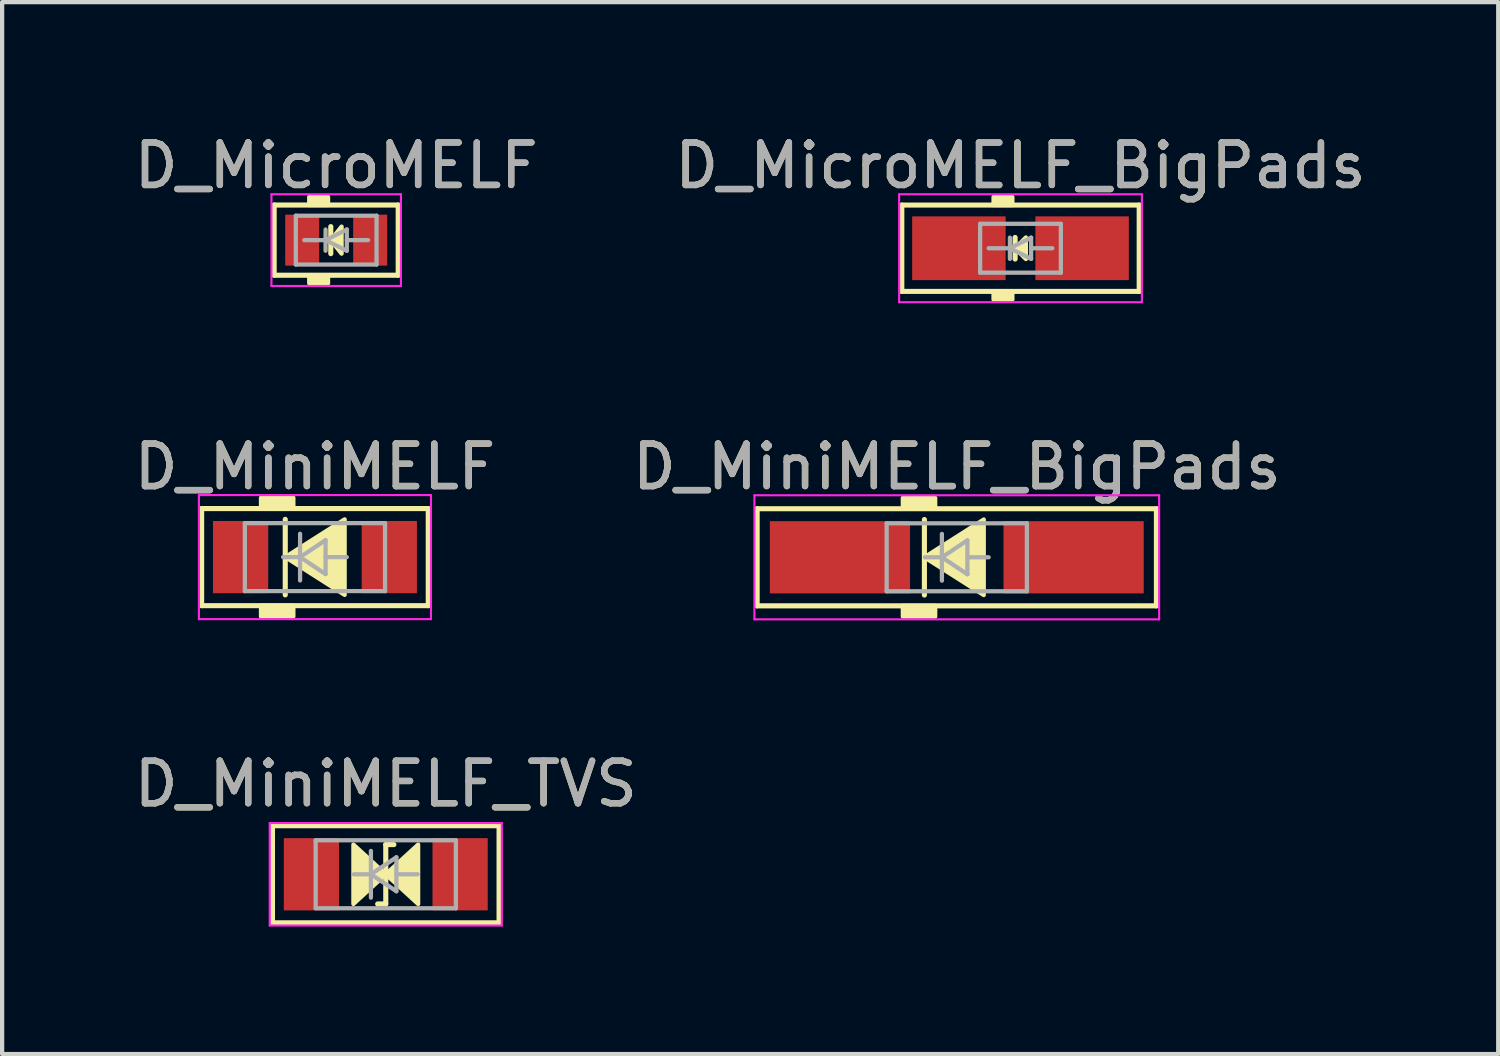
<source format=kicad_pcb>
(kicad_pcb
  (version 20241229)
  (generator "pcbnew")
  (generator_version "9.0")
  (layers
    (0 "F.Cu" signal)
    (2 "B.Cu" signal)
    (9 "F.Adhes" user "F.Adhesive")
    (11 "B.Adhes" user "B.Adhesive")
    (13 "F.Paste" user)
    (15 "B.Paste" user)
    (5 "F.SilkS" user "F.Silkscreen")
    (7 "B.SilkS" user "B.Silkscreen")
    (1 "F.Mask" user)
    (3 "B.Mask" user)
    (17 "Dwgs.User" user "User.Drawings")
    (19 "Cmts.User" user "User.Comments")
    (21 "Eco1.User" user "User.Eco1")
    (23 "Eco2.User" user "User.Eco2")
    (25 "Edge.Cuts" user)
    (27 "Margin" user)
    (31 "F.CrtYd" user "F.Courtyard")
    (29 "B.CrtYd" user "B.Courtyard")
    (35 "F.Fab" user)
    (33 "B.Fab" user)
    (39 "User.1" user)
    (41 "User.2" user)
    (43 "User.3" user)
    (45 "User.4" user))
  (footprint "D_MicroMELF"
    (layer "F.Cu")
    (at 4.863 2.602)
    (property "Reference" "D_MicroMELF" (at 0 -1.754 0) (layer "F.SilkS") (effects (font (size 1 1) (thickness 0.15))))
    (attr smd)
    (fp_line (start -1.46 -0.826) (end 1.46 -0.826) (stroke (width 0.12) (type solid)) (layer "F.SilkS"))
    (fp_line (start -1.46 0.826) (end -1.46 -0.826) (stroke (width 0.12) (type solid)) (layer "F.SilkS"))
    (fp_line (start -0.127 -0.318) (end -0.127 0.318) (stroke (width 0.12) (type solid)) (layer "F.SilkS"))
    (fp_line (start 1.46 -0.826) (end 1.46 0.826) (stroke (width 0.12) (type solid)) (layer "F.SilkS"))
    (fp_line (start 1.46 0.826) (end -1.46 0.826) (stroke (width 0.12) (type solid)) (layer "F.SilkS"))
    (fp_poly (pts (xy 0.127 0.318) (xy -0.127 0) (xy 0.127 -0.318)) (stroke (width 0.1) (type solid)) (fill yes) (layer "F.SilkS"))
    (fp_poly (pts (xy -0.191 -0.826) (xy -0.635 -0.826) (xy -0.635 -1.016) (xy -0.191 -1.016)) (stroke (width 0.1) (type solid)) (fill yes) (layer "F.SilkS"))
    (fp_poly (pts (xy -0.191 1.016) (xy -0.635 1.016) (xy -0.635 0.826) (xy -0.191 0.826)) (stroke (width 0.1) (type solid)) (fill yes) (layer "F.SilkS"))
    (fp_line (start -1.524 -1.079) (end -1.524 1.079) (stroke (width 0.05) (type solid)) (layer "F.CrtYd"))
    (fp_line (start -1.524 -1.079) (end 1.524 -1.079) (stroke (width 0.05) (type solid)) (layer "F.CrtYd"))
    (fp_line (start 1.524 1.079) (end -1.524 1.079) (stroke (width 0.05) (type solid)) (layer "F.CrtYd"))
    (fp_line (start 1.524 1.079) (end 1.524 -1.079) (stroke (width 0.05) (type solid)) (layer "F.CrtYd"))
    (fp_line (start -0.95 -0.575) (end 0.95 -0.575) (stroke (width 0.1) (type solid)) (layer "F.Fab"))
    (fp_line (start -0.95 0.575) (end -0.95 -0.575) (stroke (width 0.1) (type solid)) (layer "F.Fab"))
    (fp_line (start -0.25 -0.25) (end -0.25 0.25) (stroke (width 0.1) (type solid)) (layer "F.Fab"))
    (fp_line (start -0.25 0) (end -0.75 0) (stroke (width 0.1) (type solid)) (layer "F.Fab"))
    (fp_line (start -0.25 0) (end 0.25 -0.25) (stroke (width 0.1) (type solid)) (layer "F.Fab"))
    (fp_line (start 0.25 -0.25) (end 0.25 0.25) (stroke (width 0.1) (type solid)) (layer "F.Fab"))
    (fp_line (start 0.25 0) (end 0.75 0) (stroke (width 0.1) (type solid)) (layer "F.Fab"))
    (fp_line (start 0.25 0.25) (end -0.25 0) (stroke (width 0.1) (type solid)) (layer "F.Fab"))
    (fp_line (start 0.95 -0.575) (end 0.95 0.575) (stroke (width 0.1) (type solid)) (layer "F.Fab"))
    (fp_line (start 0.95 0.575) (end -0.95 0.575) (stroke (width 0.1) (type solid)) (layer "F.Fab"))
    (fp_text user "${REFERENCE}" (at 0 -1.754 0) (layer "F.Fab") (effects (font (size 1 1) (thickness 0.15))))
    (pad "1" smd rect (at -0.8 0) (size 0.8 1.2) (layers "F.Cu" "F.Mask" "F.Paste"))
    (pad "2" smd rect (at 0.8 0) (size 0.8 1.2) (layers "F.Cu" "F.Mask" "F.Paste")))
  (footprint "D_MiniMELF_BigPads"
    (layer "F.Cu")
    (at 19.47 10.067)
    (property "Reference" "D_MiniMELF_BigPads" (at 0 -2.131 0) (layer "F.SilkS") (effects (font (size 1 1) (thickness 0.15))))
    (attr smd)
    (fp_line (start -4.699 -1.143) (end -4.699 1.143) (stroke (width 0.12) (type solid)) (layer "F.SilkS"))
    (fp_line (start -4.699 1.143) (end 4.699 1.143) (stroke (width 0.12) (type solid)) (layer "F.SilkS"))
    (fp_line (start -0.762 -0.889) (end -0.762 0.889) (stroke (width 0.12) (type solid)) (layer "F.SilkS"))
    (fp_line (start 4.699 -1.143) (end -4.699 -1.143) (stroke (width 0.12) (type solid)) (layer "F.SilkS"))
    (fp_line (start 4.699 1.143) (end 4.699 -1.143) (stroke (width 0.12) (type solid)) (layer "F.SilkS"))
    (fp_poly (pts (xy 0.635 0.889) (xy -0.762 0) (xy 0.635 -0.889)) (stroke (width 0.1) (type solid)) (fill yes) (layer "F.SilkS"))
    (fp_poly (pts (xy -0.508 -1.143) (xy -1.27 -1.143) (xy -1.27 -1.397) (xy -0.508 -1.397)) (stroke (width 0.1) (type solid)) (fill yes) (layer "F.SilkS"))
    (fp_poly (pts (xy -0.508 1.397) (xy -1.27 1.397) (xy -1.27 1.143) (xy -0.508 1.143)) (stroke (width 0.1) (type solid)) (fill yes) (layer "F.SilkS"))
    (fp_line (start -4.763 -1.46) (end 4.763 -1.46) (stroke (width 0.05) (type solid)) (layer "F.CrtYd"))
    (fp_line (start -4.763 1.46) (end -4.763 -1.46) (stroke (width 0.05) (type solid)) (layer "F.CrtYd"))
    (fp_line (start 4.763 -1.46) (end 4.763 1.46) (stroke (width 0.05) (type solid)) (layer "F.CrtYd"))
    (fp_line (start 4.763 1.46) (end -4.763 1.46) (stroke (width 0.05) (type solid)) (layer "F.CrtYd"))
    (fp_line (start -1.65 -0.8) (end 1.65 -0.8) (stroke (width 0.1) (type solid)) (layer "F.Fab"))
    (fp_line (start -1.65 0.8) (end -1.65 -0.8) (stroke (width 0.1) (type solid)) (layer "F.Fab"))
    (fp_line (start -0.75 0) (end -0.35 0) (stroke (width 0.1) (type solid)) (layer "F.Fab"))
    (fp_line (start -0.35 0) (end -0.35 -0.55) (stroke (width 0.1) (type solid)) (layer "F.Fab"))
    (fp_line (start -0.35 0) (end -0.35 0.55) (stroke (width 0.1) (type solid)) (layer "F.Fab"))
    (fp_line (start -0.35 0) (end 0.25 -0.4) (stroke (width 0.1) (type solid)) (layer "F.Fab"))
    (fp_line (start 0.25 -0.4) (end 0.25 0.4) (stroke (width 0.1) (type solid)) (layer "F.Fab"))
    (fp_line (start 0.25 0) (end 0.75 0) (stroke (width 0.1) (type solid)) (layer "F.Fab"))
    (fp_line (start 0.25 0.4) (end -0.35 0) (stroke (width 0.1) (type solid)) (layer "F.Fab"))
    (fp_line (start 1.65 -0.8) (end 1.65 0.8) (stroke (width 0.1) (type solid)) (layer "F.Fab"))
    (fp_line (start 1.65 0.8) (end -1.65 0.8) (stroke (width 0.1) (type solid)) (layer "F.Fab"))
    (fp_text user "${REFERENCE}" (at 0 -2.131 0) (layer "F.Fab") (effects (font (size 1 1) (thickness 0.15))))
    (pad "1" smd rect (at -2.75 0) (size 3.3 1.7) (layers "F.Cu" "F.Mask" "F.Paste"))
    (pad "2" smd rect (at 2.75 0) (size 3.3 1.7) (layers "F.Cu" "F.Mask" "F.Paste")))
  (footprint "D_MiniMELF_TVS"
    (layer "F.Cu")
    (at 6.03 17.528)
    (property "Reference" "D_MiniMELF_TVS" (at 0 -2.127 0) (layer "F.SilkS") (effects (font (size 1 1) (thickness 0.15))))
    (attr smd)
    (fp_line (start -2.667 -1.143) (end -2.667 1.143) (stroke (width 0.12) (type solid)) (layer "F.SilkS"))
    (fp_line (start -2.667 1.143) (end 2.667 1.143) (stroke (width 0.12) (type solid)) (layer "F.SilkS"))
    (fp_line (start -0.191 0.699) (end 0 0.699) (stroke (width 0.12) (type solid)) (layer "F.SilkS"))
    (fp_line (start 0 -0.699) (end 0 0.699) (stroke (width 0.12) (type solid)) (layer "F.SilkS"))
    (fp_line (start 0 -0.699) (end 0.191 -0.699) (stroke (width 0.12) (type solid)) (layer "F.SilkS"))
    (fp_line (start 2.667 -1.143) (end -2.667 -1.143) (stroke (width 0.12) (type solid)) (layer "F.SilkS"))
    (fp_line (start 2.667 1.143) (end 2.667 -1.143) (stroke (width 0.12) (type solid)) (layer "F.SilkS"))
    (fp_poly (pts (xy 0 0) (xy -0.762 0.699) (xy -0.762 -0.699)) (stroke (width 0.1) (type solid)) (fill yes) (layer "F.SilkS"))
    (fp_poly (pts (xy 0 0) (xy 0.762 -0.699) (xy 0.762 0.699)) (stroke (width 0.1) (type solid)) (fill yes) (layer "F.SilkS"))
    (fp_line (start -2.731 -1.206) (end 2.731 -1.206) (stroke (width 0.05) (type solid)) (layer "F.CrtYd"))
    (fp_line (start -2.731 1.206) (end -2.731 -1.206) (stroke (width 0.05) (type solid)) (layer "F.CrtYd"))
    (fp_line (start 2.731 -1.206) (end 2.731 1.206) (stroke (width 0.05) (type solid)) (layer "F.CrtYd"))
    (fp_line (start 2.731 1.206) (end -2.731 1.206) (stroke (width 0.05) (type solid)) (layer "F.CrtYd"))
    (fp_line (start -1.65 -0.8) (end 1.65 -0.8) (stroke (width 0.1) (type solid)) (layer "F.Fab"))
    (fp_line (start -1.65 0.8) (end -1.65 -0.8) (stroke (width 0.1) (type solid)) (layer "F.Fab"))
    (fp_line (start -0.75 0) (end -0.35 0) (stroke (width 0.1) (type solid)) (layer "F.Fab"))
    (fp_line (start -0.35 0) (end -0.35 -0.55) (stroke (width 0.1) (type solid)) (layer "F.Fab"))
    (fp_line (start -0.35 0) (end -0.35 0.55) (stroke (width 0.1) (type solid)) (layer "F.Fab"))
    (fp_line (start -0.35 0) (end 0.25 -0.4) (stroke (width 0.1) (type solid)) (layer "F.Fab"))
    (fp_line (start 0.25 -0.4) (end 0.25 0.4) (stroke (width 0.1) (type solid)) (layer "F.Fab"))
    (fp_line (start 0.25 0) (end 0.75 0) (stroke (width 0.1) (type solid)) (layer "F.Fab"))
    (fp_line (start 0.25 0.4) (end -0.35 0) (stroke (width 0.1) (type solid)) (layer "F.Fab"))
    (fp_line (start 1.65 -0.8) (end 1.65 0.8) (stroke (width 0.1) (type solid)) (layer "F.Fab"))
    (fp_line (start 1.65 0.8) (end -1.65 0.8) (stroke (width 0.1) (type solid)) (layer "F.Fab"))
    (fp_text user "${REFERENCE}" (at 0 -2.127 0) (layer "F.Fab") (effects (font (size 1 1) (thickness 0.15))))
    (pad "1" smd rect (at -1.75 0) (size 1.3 1.7) (layers "F.Cu" "F.Mask" "F.Paste"))
    (pad "2" smd rect (at 1.75 0) (size 1.3 1.7) (layers "F.Cu" "F.Mask" "F.Paste")))
  (footprint "D_MiniMELF"
    (layer "F.Cu")
    (at 4.363 10.063)
    (property "Reference" "D_MiniMELF" (at 0 -2.127 0) (layer "F.SilkS") (effects (font (size 1 1) (thickness 0.15))))
    (attr smd)
    (fp_line (start -2.667 -1.143) (end -2.667 1.143) (stroke (width 0.12) (type solid)) (layer "F.SilkS"))
    (fp_line (start -2.667 1.143) (end 2.667 1.143) (stroke (width 0.12) (type solid)) (layer "F.SilkS"))
    (fp_line (start -0.699 -0.889) (end -0.699 0.889) (stroke (width 0.12) (type solid)) (layer "F.SilkS"))
    (fp_line (start 2.667 -1.143) (end -2.667 -1.143) (stroke (width 0.12) (type solid)) (layer "F.SilkS"))
    (fp_line (start 2.667 1.143) (end 2.667 -1.143) (stroke (width 0.12) (type solid)) (layer "F.SilkS"))
    (fp_poly (pts (xy 0.699 0.889) (xy -0.699 0) (xy 0.699 -0.889)) (stroke (width 0.1) (type solid)) (fill yes) (layer "F.SilkS"))
    (fp_poly (pts (xy -0.508 -1.143) (xy -1.27 -1.143) (xy -1.27 -1.397) (xy -0.508 -1.397)) (stroke (width 0.1) (type solid)) (fill yes) (layer "F.SilkS"))
    (fp_poly (pts (xy -0.508 1.397) (xy -1.27 1.397) (xy -1.27 1.143) (xy -0.508 1.143)) (stroke (width 0.1) (type solid)) (fill yes) (layer "F.SilkS"))
    (fp_line (start -2.731 -1.46) (end 2.731 -1.46) (stroke (width 0.05) (type solid)) (layer "F.CrtYd"))
    (fp_line (start -2.731 1.46) (end -2.731 -1.46) (stroke (width 0.05) (type solid)) (layer "F.CrtYd"))
    (fp_line (start 2.731 -1.46) (end 2.731 1.46) (stroke (width 0.05) (type solid)) (layer "F.CrtYd"))
    (fp_line (start 2.731 1.46) (end -2.731 1.46) (stroke (width 0.05) (type solid)) (layer "F.CrtYd"))
    (fp_line (start -1.65 -0.8) (end 1.65 -0.8) (stroke (width 0.1) (type solid)) (layer "F.Fab"))
    (fp_line (start -1.65 0.8) (end -1.65 -0.8) (stroke (width 0.1) (type solid)) (layer "F.Fab"))
    (fp_line (start -0.75 0) (end -0.35 0) (stroke (width 0.1) (type solid)) (layer "F.Fab"))
    (fp_line (start -0.35 0) (end -0.35 -0.55) (stroke (width 0.1) (type solid)) (layer "F.Fab"))
    (fp_line (start -0.35 0) (end -0.35 0.55) (stroke (width 0.1) (type solid)) (layer "F.Fab"))
    (fp_line (start -0.35 0) (end 0.25 -0.4) (stroke (width 0.1) (type solid)) (layer "F.Fab"))
    (fp_line (start 0.25 -0.4) (end 0.25 0.4) (stroke (width 0.1) (type solid)) (layer "F.Fab"))
    (fp_line (start 0.25 0) (end 0.75 0) (stroke (width 0.1) (type solid)) (layer "F.Fab"))
    (fp_line (start 0.25 0.4) (end -0.35 0) (stroke (width 0.1) (type solid)) (layer "F.Fab"))
    (fp_line (start 1.65 -0.8) (end 1.65 0.8) (stroke (width 0.1) (type solid)) (layer "F.Fab"))
    (fp_line (start 1.65 0.8) (end -1.65 0.8) (stroke (width 0.1) (type solid)) (layer "F.Fab"))
    (fp_text user "${REFERENCE}" (at 0 -2.127 0) (layer "F.Fab") (effects (font (size 1 1) (thickness 0.15))))
    (pad "1" smd rect (at -1.75 0) (size 1.3 1.7) (layers "F.Cu" "F.Mask" "F.Paste"))
    (pad "2" smd rect (at 1.75 0) (size 1.3 1.7) (layers "F.Cu" "F.Mask" "F.Paste")))
  (footprint "D_MicroMELF_BigPads"
    (layer "F.Cu")
    (at 20.97 2.793)
    (property "Reference" "D_MicroMELF_BigPads" (at 0 -1.944 0) (layer "F.SilkS") (effects (font (size 1 1) (thickness 0.15))))
    (attr smd)
    (fp_line (start -2.794 -1.016) (end 2.794 -1.016) (stroke (width 0.12) (type solid)) (layer "F.SilkS"))
    (fp_line (start -2.794 1.016) (end -2.794 -1.016) (stroke (width 0.12) (type solid)) (layer "F.SilkS"))
    (fp_line (start -0.127 -0.254) (end -0.127 0.254) (stroke (width 0.12) (type solid)) (layer "F.SilkS"))
    (fp_line (start 2.794 -1.016) (end 2.794 1.016) (stroke (width 0.12) (type solid)) (layer "F.SilkS"))
    (fp_line (start 2.794 1.016) (end -2.794 1.016) (stroke (width 0.12) (type solid)) (layer "F.SilkS"))
    (fp_poly (pts (xy 0.127 0.254) (xy -0.127 0) (xy 0.127 -0.254)) (stroke (width 0.1) (type solid)) (fill yes) (layer "F.SilkS"))
    (fp_poly (pts (xy -0.191 -1.016) (xy -0.635 -1.016) (xy -0.635 -1.206) (xy -0.191 -1.206)) (stroke (width 0.1) (type solid)) (fill yes) (layer "F.SilkS"))
    (fp_poly (pts (xy -0.191 1.206) (xy -0.635 1.206) (xy -0.635 1.016) (xy -0.191 1.016)) (stroke (width 0.1) (type solid)) (fill yes) (layer "F.SilkS"))
    (fp_line (start -2.857 -1.27) (end -2.857 1.27) (stroke (width 0.05) (type solid)) (layer "F.CrtYd"))
    (fp_line (start -2.857 -1.27) (end 2.857 -1.27) (stroke (width 0.05) (type solid)) (layer "F.CrtYd"))
    (fp_line (start 2.857 1.27) (end -2.857 1.27) (stroke (width 0.05) (type solid)) (layer "F.CrtYd"))
    (fp_line (start 2.857 1.27) (end 2.857 -1.27) (stroke (width 0.05) (type solid)) (layer "F.CrtYd"))
    (fp_line (start -0.95 -0.575) (end 0.95 -0.575) (stroke (width 0.1) (type solid)) (layer "F.Fab"))
    (fp_line (start -0.95 0.575) (end -0.95 -0.575) (stroke (width 0.1) (type solid)) (layer "F.Fab"))
    (fp_line (start -0.25 -0.25) (end -0.25 0.25) (stroke (width 0.1) (type solid)) (layer "F.Fab"))
    (fp_line (start -0.25 0) (end -0.75 0) (stroke (width 0.1) (type solid)) (layer "F.Fab"))
    (fp_line (start -0.25 0) (end 0.25 -0.25) (stroke (width 0.1) (type solid)) (layer "F.Fab"))
    (fp_line (start 0.25 -0.25) (end 0.25 0.25) (stroke (width 0.1) (type solid)) (layer "F.Fab"))
    (fp_line (start 0.25 0) (end 0.75 0) (stroke (width 0.1) (type solid)) (layer "F.Fab"))
    (fp_line (start 0.25 0.25) (end -0.25 0) (stroke (width 0.1) (type solid)) (layer "F.Fab"))
    (fp_line (start 0.95 -0.575) (end 0.95 0.575) (stroke (width 0.1) (type solid)) (layer "F.Fab"))
    (fp_line (start 0.95 0.575) (end -0.95 0.575) (stroke (width 0.1) (type solid)) (layer "F.Fab"))
    (fp_text user "${REFERENCE}" (at 0 -1.944 0) (layer "F.Fab") (effects (font (size 1 1) (thickness 0.15))))
    (pad "1" smd rect (at -1.45 0) (size 2.2 1.5) (layers "F.Cu" "F.Mask" "F.Paste"))
    (pad "2" smd rect (at 1.45 0) (size 2.2 1.5) (layers "F.Cu" "F.Mask" "F.Paste")))
  (gr_rect
    (start -3 -3)
    (end 32.214 21.759)
    (stroke (width 0.1) (type default))
    (fill no)
    (layer "Edge.Cuts")))
</source>
